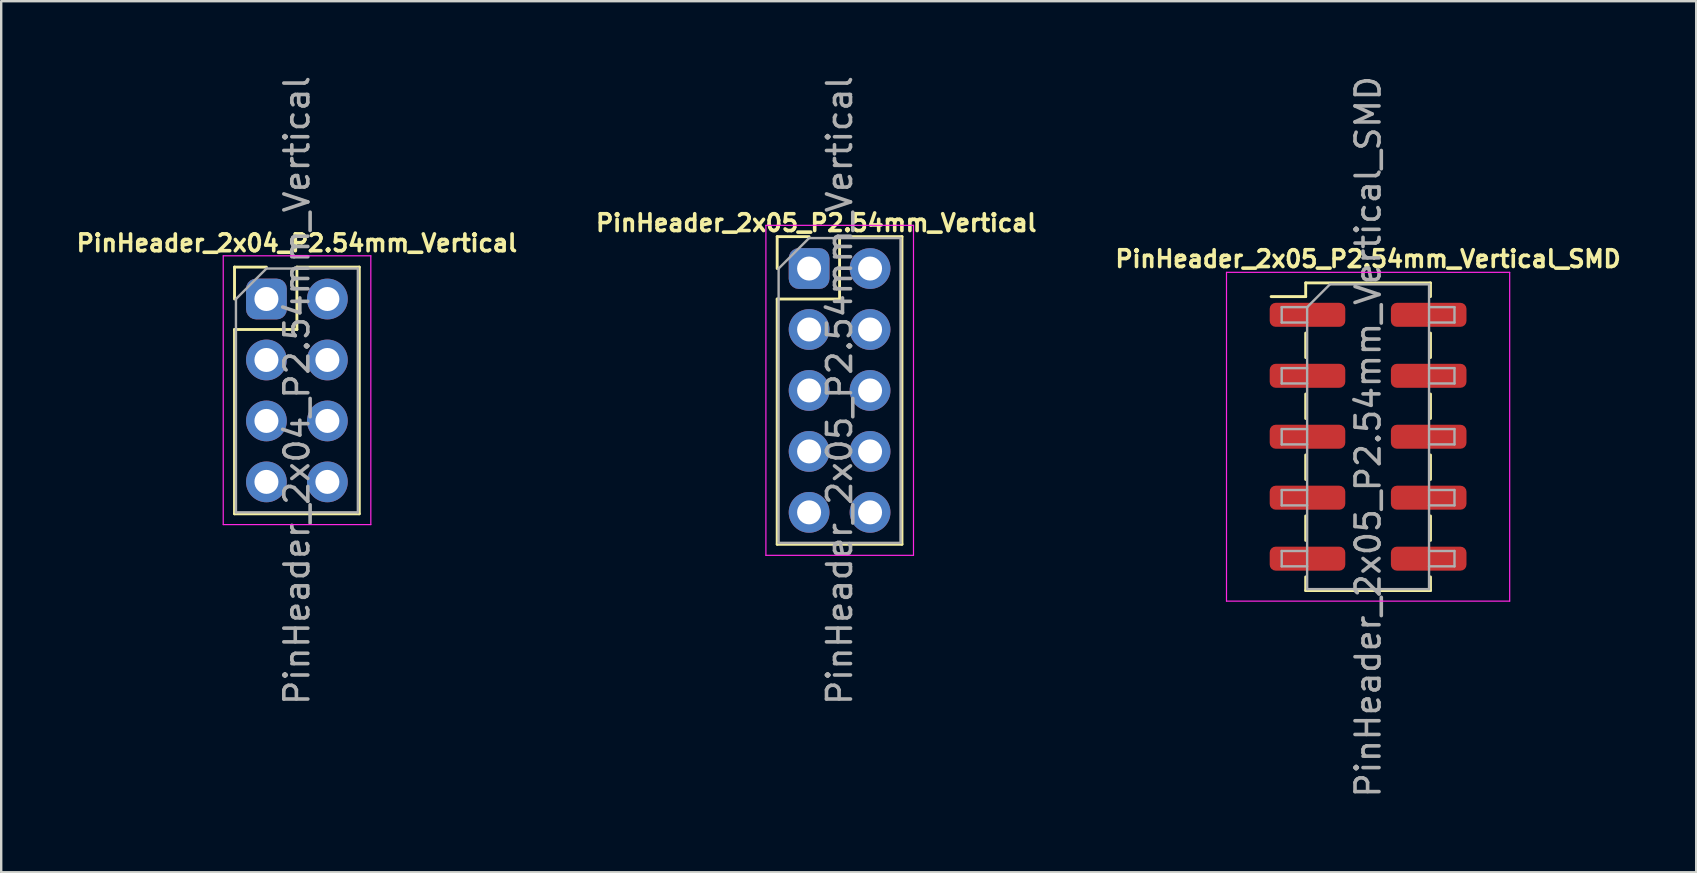
<source format=kicad_pcb>
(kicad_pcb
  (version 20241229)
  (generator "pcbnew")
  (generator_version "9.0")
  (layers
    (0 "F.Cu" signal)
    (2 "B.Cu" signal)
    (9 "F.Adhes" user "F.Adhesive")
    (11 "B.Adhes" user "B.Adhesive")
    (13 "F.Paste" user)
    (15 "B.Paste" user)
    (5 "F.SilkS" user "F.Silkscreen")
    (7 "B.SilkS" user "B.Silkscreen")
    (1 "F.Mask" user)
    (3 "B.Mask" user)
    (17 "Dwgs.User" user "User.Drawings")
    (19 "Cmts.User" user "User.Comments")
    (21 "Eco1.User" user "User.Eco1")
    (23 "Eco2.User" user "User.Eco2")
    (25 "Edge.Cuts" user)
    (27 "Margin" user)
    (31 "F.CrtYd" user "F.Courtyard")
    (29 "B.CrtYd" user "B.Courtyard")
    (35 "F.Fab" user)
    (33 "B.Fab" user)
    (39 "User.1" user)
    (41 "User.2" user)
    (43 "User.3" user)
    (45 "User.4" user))
  (footprint "PinHeader_2x05_P2.54mm_Vertical"
    (layer "F.Cu")
    (at 30.665 8.14)
    (property "Reference" "PinHeader_2x05_P2.54mm_Vertical" (at 0.3 -1.9 0) (layer "F.SilkS") (effects (font (size 0.7 0.7) (thickness 0.15))))
    (attr through_hole)
    (fp_line (start -1.33 -1.33) (end 0 -1.33) (stroke (width 0.12) (type solid)) (layer "F.SilkS"))
    (fp_line (start -1.33 0) (end -1.33 -1.33) (stroke (width 0.12) (type solid)) (layer "F.SilkS"))
    (fp_line (start -1.33 1.27) (end -1.33 11.49) (stroke (width 0.12) (type solid)) (layer "F.SilkS"))
    (fp_line (start -1.33 1.27) (end 1.27 1.27) (stroke (width 0.12) (type solid)) (layer "F.SilkS"))
    (fp_line (start -1.33 11.49) (end 3.87 11.49) (stroke (width 0.12) (type solid)) (layer "F.SilkS"))
    (fp_line (start 1.27 -1.33) (end 3.87 -1.33) (stroke (width 0.12) (type solid)) (layer "F.SilkS"))
    (fp_line (start 1.27 1.27) (end 1.27 -1.33) (stroke (width 0.12) (type solid)) (layer "F.SilkS"))
    (fp_line (start 3.87 -1.33) (end 3.87 11.49) (stroke (width 0.12) (type solid)) (layer "F.SilkS"))
    (fp_line (start -1.8 -1.8) (end -1.8 11.95) (stroke (width 0.05) (type solid)) (layer "F.CrtYd"))
    (fp_line (start -1.8 11.95) (end 4.35 11.95) (stroke (width 0.05) (type solid)) (layer "F.CrtYd"))
    (fp_line (start 4.35 -1.8) (end -1.8 -1.8) (stroke (width 0.05) (type solid)) (layer "F.CrtYd"))
    (fp_line (start 4.35 11.95) (end 4.35 -1.8) (stroke (width 0.05) (type solid)) (layer "F.CrtYd"))
    (fp_line (start -1.27 0) (end 0 -1.27) (stroke (width 0.1) (type solid)) (layer "F.Fab"))
    (fp_line (start -1.27 11.43) (end -1.27 0) (stroke (width 0.1) (type solid)) (layer "F.Fab"))
    (fp_line (start 0 -1.27) (end 3.81 -1.27) (stroke (width 0.1) (type solid)) (layer "F.Fab"))
    (fp_line (start 3.81 -1.27) (end 3.81 11.43) (stroke (width 0.1) (type solid)) (layer "F.Fab"))
    (fp_line (start 3.81 11.43) (end -1.27 11.43) (stroke (width 0.1) (type solid)) (layer "F.Fab"))
    (fp_text user "${REFERENCE}" (at 1.27 5.08 90) (layer "F.Fab") (effects (font (size 1 1) (thickness 0.15))))
    (pad "1" thru_hole roundrect (at 0 0) (size 1.7 1.7) (drill 1) (layers "*.Cu" "*.Mask") (roundrect_rratio 0.25))
    (pad "2" thru_hole oval (at 2.54 0) (size 1.7 1.7) (drill 1) (layers "*.Cu" "*.Mask"))
    (pad "3" thru_hole oval (at 0 2.54) (size 1.7 1.7) (drill 1) (layers "*.Cu" "*.Mask"))
    (pad "4" thru_hole oval (at 2.54 2.54) (size 1.7 1.7) (drill 1) (layers "*.Cu" "*.Mask"))
    (pad "5" thru_hole oval (at 0 5.08) (size 1.7 1.7) (drill 1) (layers "*.Cu" "*.Mask"))
    (pad "6" thru_hole oval (at 2.54 5.08) (size 1.7 1.7) (drill 1) (layers "*.Cu" "*.Mask"))
    (pad "7" thru_hole oval (at 0 7.62) (size 1.7 1.7) (drill 1) (layers "*.Cu" "*.Mask"))
    (pad "8" thru_hole oval (at 2.54 7.62) (size 1.7 1.7) (drill 1) (layers "*.Cu" "*.Mask"))
    (pad "9" thru_hole oval (at 0 10.16) (size 1.7 1.7) (drill 1) (layers "*.Cu" "*.Mask"))
    (pad "10" thru_hole oval (at 2.54 10.16) (size 1.7 1.7) (drill 1) (layers "*.Cu" "*.Mask")))
  (footprint "PinHeader_2x05_P2.54mm_Vertical_SMD"
    (layer "F.Cu")
    (at 53.958 15.149)
    (property "Reference" "PinHeader_2x05_P2.54mm_Vertical_SMD" (at 0 -7.41 0) (layer "F.SilkS") (effects (font (size 0.7 0.7) (thickness 0.15))))
    (attr smd)
    (fp_line (start -4.04 -5.84) (end -2.6 -5.84) (stroke (width 0.12) (type solid)) (layer "F.SilkS"))
    (fp_line (start -2.6 -6.41) (end -2.6 -5.84) (stroke (width 0.12) (type solid)) (layer "F.SilkS"))
    (fp_line (start -2.6 -6.41) (end 2.6 -6.41) (stroke (width 0.12) (type solid)) (layer "F.SilkS"))
    (fp_line (start -2.6 -4.32) (end -2.6 -3.3) (stroke (width 0.12) (type solid)) (layer "F.SilkS"))
    (fp_line (start -2.6 -1.78) (end -2.6 -0.76) (stroke (width 0.12) (type solid)) (layer "F.SilkS"))
    (fp_line (start -2.6 0.76) (end -2.6 1.78) (stroke (width 0.12) (type solid)) (layer "F.SilkS"))
    (fp_line (start -2.6 3.3) (end -2.6 4.32) (stroke (width 0.12) (type solid)) (layer "F.SilkS"))
    (fp_line (start -2.6 5.84) (end -2.6 6.41) (stroke (width 0.12) (type solid)) (layer "F.SilkS"))
    (fp_line (start -2.6 6.41) (end 2.6 6.41) (stroke (width 0.12) (type solid)) (layer "F.SilkS"))
    (fp_line (start 2.6 -6.41) (end 2.6 -5.84) (stroke (width 0.12) (type solid)) (layer "F.SilkS"))
    (fp_line (start 2.6 -4.32) (end 2.6 -3.3) (stroke (width 0.12) (type solid)) (layer "F.SilkS"))
    (fp_line (start 2.6 -1.78) (end 2.6 -0.76) (stroke (width 0.12) (type solid)) (layer "F.SilkS"))
    (fp_line (start 2.6 0.76) (end 2.6 1.78) (stroke (width 0.12) (type solid)) (layer "F.SilkS"))
    (fp_line (start 2.6 3.3) (end 2.6 4.32) (stroke (width 0.12) (type solid)) (layer "F.SilkS"))
    (fp_line (start 2.6 5.84) (end 2.6 6.41) (stroke (width 0.12) (type solid)) (layer "F.SilkS"))
    (fp_line (start -5.9 -6.85) (end -5.9 6.85) (stroke (width 0.05) (type solid)) (layer "F.CrtYd"))
    (fp_line (start -5.9 6.85) (end 5.9 6.85) (stroke (width 0.05) (type solid)) (layer "F.CrtYd"))
    (fp_line (start 5.9 -6.85) (end -5.9 -6.85) (stroke (width 0.05) (type solid)) (layer "F.CrtYd"))
    (fp_line (start 5.9 6.85) (end 5.9 -6.85) (stroke (width 0.05) (type solid)) (layer "F.CrtYd"))
    (fp_line (start -3.6 -5.4) (end -3.6 -4.76) (stroke (width 0.1) (type solid)) (layer "F.Fab"))
    (fp_line (start -3.6 -4.76) (end -2.54 -4.76) (stroke (width 0.1) (type solid)) (layer "F.Fab"))
    (fp_line (start -3.6 -2.86) (end -3.6 -2.22) (stroke (width 0.1) (type solid)) (layer "F.Fab"))
    (fp_line (start -3.6 -2.22) (end -2.54 -2.22) (stroke (width 0.1) (type solid)) (layer "F.Fab"))
    (fp_line (start -3.6 -0.32) (end -3.6 0.32) (stroke (width 0.1) (type solid)) (layer "F.Fab"))
    (fp_line (start -3.6 0.32) (end -2.54 0.32) (stroke (width 0.1) (type solid)) (layer "F.Fab"))
    (fp_line (start -3.6 2.22) (end -3.6 2.86) (stroke (width 0.1) (type solid)) (layer "F.Fab"))
    (fp_line (start -3.6 2.86) (end -2.54 2.86) (stroke (width 0.1) (type solid)) (layer "F.Fab"))
    (fp_line (start -3.6 4.76) (end -3.6 5.4) (stroke (width 0.1) (type solid)) (layer "F.Fab"))
    (fp_line (start -3.6 5.4) (end -2.54 5.4) (stroke (width 0.1) (type solid)) (layer "F.Fab"))
    (fp_line (start -2.54 -5.4) (end -3.6 -5.4) (stroke (width 0.1) (type solid)) (layer "F.Fab"))
    (fp_line (start -2.54 -5.4) (end -1.59 -6.35) (stroke (width 0.1) (type solid)) (layer "F.Fab"))
    (fp_line (start -2.54 -2.86) (end -3.6 -2.86) (stroke (width 0.1) (type solid)) (layer "F.Fab"))
    (fp_line (start -2.54 -0.32) (end -3.6 -0.32) (stroke (width 0.1) (type solid)) (layer "F.Fab"))
    (fp_line (start -2.54 2.22) (end -3.6 2.22) (stroke (width 0.1) (type solid)) (layer "F.Fab"))
    (fp_line (start -2.54 4.76) (end -3.6 4.76) (stroke (width 0.1) (type solid)) (layer "F.Fab"))
    (fp_line (start -2.54 6.35) (end -2.54 -5.4) (stroke (width 0.1) (type solid)) (layer "F.Fab"))
    (fp_line (start -1.59 -6.35) (end 2.54 -6.35) (stroke (width 0.1) (type solid)) (layer "F.Fab"))
    (fp_line (start 2.54 -6.35) (end 2.54 6.35) (stroke (width 0.1) (type solid)) (layer "F.Fab"))
    (fp_line (start 2.54 -5.4) (end 3.6 -5.4) (stroke (width 0.1) (type solid)) (layer "F.Fab"))
    (fp_line (start 2.54 -2.86) (end 3.6 -2.86) (stroke (width 0.1) (type solid)) (layer "F.Fab"))
    (fp_line (start 2.54 -0.32) (end 3.6 -0.32) (stroke (width 0.1) (type solid)) (layer "F.Fab"))
    (fp_line (start 2.54 2.22) (end 3.6 2.22) (stroke (width 0.1) (type solid)) (layer "F.Fab"))
    (fp_line (start 2.54 4.76) (end 3.6 4.76) (stroke (width 0.1) (type solid)) (layer "F.Fab"))
    (fp_line (start 2.54 6.35) (end -2.54 6.35) (stroke (width 0.1) (type solid)) (layer "F.Fab"))
    (fp_line (start 3.6 -5.4) (end 3.6 -4.76) (stroke (width 0.1) (type solid)) (layer "F.Fab"))
    (fp_line (start 3.6 -4.76) (end 2.54 -4.76) (stroke (width 0.1) (type solid)) (layer "F.Fab"))
    (fp_line (start 3.6 -2.86) (end 3.6 -2.22) (stroke (width 0.1) (type solid)) (layer "F.Fab"))
    (fp_line (start 3.6 -2.22) (end 2.54 -2.22) (stroke (width 0.1) (type solid)) (layer "F.Fab"))
    (fp_line (start 3.6 -0.32) (end 3.6 0.32) (stroke (width 0.1) (type solid)) (layer "F.Fab"))
    (fp_line (start 3.6 0.32) (end 2.54 0.32) (stroke (width 0.1) (type solid)) (layer "F.Fab"))
    (fp_line (start 3.6 2.22) (end 3.6 2.86) (stroke (width 0.1) (type solid)) (layer "F.Fab"))
    (fp_line (start 3.6 2.86) (end 2.54 2.86) (stroke (width 0.1) (type solid)) (layer "F.Fab"))
    (fp_line (start 3.6 4.76) (end 3.6 5.4) (stroke (width 0.1) (type solid)) (layer "F.Fab"))
    (fp_line (start 3.6 5.4) (end 2.54 5.4) (stroke (width 0.1) (type solid)) (layer "F.Fab"))
    (fp_text user "${REFERENCE}" (at 0 0 90) (layer "F.Fab") (effects (font (size 1 1) (thickness 0.15))))
    (pad "1" smd roundrect (at -2.525 -5.08) (size 3.15 1) (layers "F.Cu" "F.Mask" "F.Paste") (roundrect_rratio 0.25))
    (pad "2" smd roundrect (at 2.525 -5.08) (size 3.15 1) (layers "F.Cu" "F.Mask" "F.Paste") (roundrect_rratio 0.25))
    (pad "3" smd roundrect (at -2.525 -2.54) (size 3.15 1) (layers "F.Cu" "F.Mask" "F.Paste") (roundrect_rratio 0.25))
    (pad "4" smd roundrect (at 2.525 -2.54) (size 3.15 1) (layers "F.Cu" "F.Mask" "F.Paste") (roundrect_rratio 0.25))
    (pad "5" smd roundrect (at -2.525 0) (size 3.15 1) (layers "F.Cu" "F.Mask" "F.Paste") (roundrect_rratio 0.25))
    (pad "6" smd roundrect (at 2.525 0) (size 3.15 1) (layers "F.Cu" "F.Mask" "F.Paste") (roundrect_rratio 0.25))
    (pad "7" smd roundrect (at -2.525 2.54) (size 3.15 1) (layers "F.Cu" "F.Mask" "F.Paste") (roundrect_rratio 0.25))
    (pad "8" smd roundrect (at 2.525 2.54) (size 3.15 1) (layers "F.Cu" "F.Mask" "F.Paste") (roundrect_rratio 0.25))
    (pad "9" smd roundrect (at -2.525 5.08) (size 3.15 1) (layers "F.Cu" "F.Mask" "F.Paste") (roundrect_rratio 0.25))
    (pad "10" smd roundrect (at 2.525 5.08) (size 3.15 1) (layers "F.Cu" "F.Mask" "F.Paste") (roundrect_rratio 0.25)))
  (footprint "PinHeader_2x04_P2.54mm_Vertical"
    (layer "F.Cu")
    (at 8.052 9.41)
    (property "Reference" "PinHeader_2x04_P2.54mm_Vertical" (at 1.27 -2.33 0) (layer "F.SilkS") (effects (font (size 0.7 0.7) (thickness 0.15))))
    (attr through_hole)
    (fp_line (start -1.33 -1.33) (end 0 -1.33) (stroke (width 0.12) (type solid)) (layer "F.SilkS"))
    (fp_line (start -1.33 0) (end -1.33 -1.33) (stroke (width 0.12) (type solid)) (layer "F.SilkS"))
    (fp_line (start -1.33 1.27) (end -1.33 8.95) (stroke (width 0.12) (type solid)) (layer "F.SilkS"))
    (fp_line (start -1.33 1.27) (end 1.27 1.27) (stroke (width 0.12) (type solid)) (layer "F.SilkS"))
    (fp_line (start -1.33 8.95) (end 3.87 8.95) (stroke (width 0.12) (type solid)) (layer "F.SilkS"))
    (fp_line (start 1.27 -1.33) (end 3.87 -1.33) (stroke (width 0.12) (type solid)) (layer "F.SilkS"))
    (fp_line (start 1.27 1.27) (end 1.27 -1.33) (stroke (width 0.12) (type solid)) (layer "F.SilkS"))
    (fp_line (start 3.87 -1.33) (end 3.87 8.95) (stroke (width 0.12) (type solid)) (layer "F.SilkS"))
    (fp_line (start -1.8 -1.8) (end -1.8 9.4) (stroke (width 0.05) (type solid)) (layer "F.CrtYd"))
    (fp_line (start -1.8 9.4) (end 4.35 9.4) (stroke (width 0.05) (type solid)) (layer "F.CrtYd"))
    (fp_line (start 4.35 -1.8) (end -1.8 -1.8) (stroke (width 0.05) (type solid)) (layer "F.CrtYd"))
    (fp_line (start 4.35 9.4) (end 4.35 -1.8) (stroke (width 0.05) (type solid)) (layer "F.CrtYd"))
    (fp_line (start -1.27 0) (end 0 -1.27) (stroke (width 0.1) (type solid)) (layer "F.Fab"))
    (fp_line (start -1.27 8.89) (end -1.27 0) (stroke (width 0.1) (type solid)) (layer "F.Fab"))
    (fp_line (start 0 -1.27) (end 3.81 -1.27) (stroke (width 0.1) (type solid)) (layer "F.Fab"))
    (fp_line (start 3.81 -1.27) (end 3.81 8.89) (stroke (width 0.1) (type solid)) (layer "F.Fab"))
    (fp_line (start 3.81 8.89) (end -1.27 8.89) (stroke (width 0.1) (type solid)) (layer "F.Fab"))
    (fp_text user "${REFERENCE}" (at 1.27 3.81 90) (layer "F.Fab") (effects (font (size 1 1) (thickness 0.15))))
    (pad "1" thru_hole roundrect (at 0 0) (size 1.7 1.7) (drill 1) (layers "*.Cu" "*.Mask") (roundrect_rratio 0.25))
    (pad "2" thru_hole oval (at 2.54 0) (size 1.7 1.7) (drill 1) (layers "*.Cu" "*.Mask"))
    (pad "3" thru_hole oval (at 0 2.54) (size 1.7 1.7) (drill 1) (layers "*.Cu" "*.Mask"))
    (pad "4" thru_hole oval (at 2.54 2.54) (size 1.7 1.7) (drill 1) (layers "*.Cu" "*.Mask"))
    (pad "5" thru_hole oval (at 0 5.08) (size 1.7 1.7) (drill 1) (layers "*.Cu" "*.Mask"))
    (pad "6" thru_hole oval (at 2.54 5.08) (size 1.7 1.7) (drill 1) (layers "*.Cu" "*.Mask"))
    (pad "7" thru_hole oval (at 0 7.62) (size 1.7 1.7) (drill 1) (layers "*.Cu" "*.Mask"))
    (pad "8" thru_hole oval (at 2.54 7.62) (size 1.7 1.7) (drill 1) (layers "*.Cu" "*.Mask")))
  (gr_rect
    (start -3 -3)
    (end 67.63 33.298)
    (stroke (width 0.1) (type default))
    (fill no)
    (layer "Edge.Cuts")))
</source>
